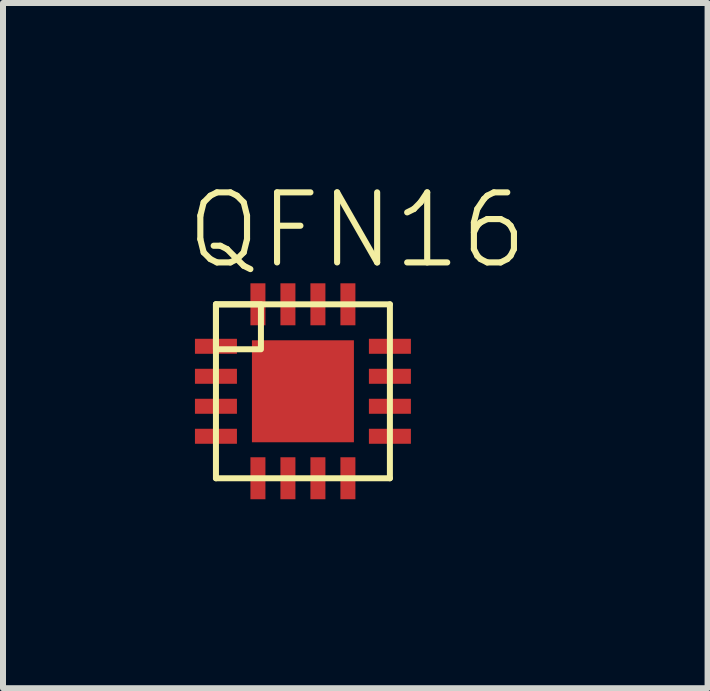
<source format=kicad_pcb>
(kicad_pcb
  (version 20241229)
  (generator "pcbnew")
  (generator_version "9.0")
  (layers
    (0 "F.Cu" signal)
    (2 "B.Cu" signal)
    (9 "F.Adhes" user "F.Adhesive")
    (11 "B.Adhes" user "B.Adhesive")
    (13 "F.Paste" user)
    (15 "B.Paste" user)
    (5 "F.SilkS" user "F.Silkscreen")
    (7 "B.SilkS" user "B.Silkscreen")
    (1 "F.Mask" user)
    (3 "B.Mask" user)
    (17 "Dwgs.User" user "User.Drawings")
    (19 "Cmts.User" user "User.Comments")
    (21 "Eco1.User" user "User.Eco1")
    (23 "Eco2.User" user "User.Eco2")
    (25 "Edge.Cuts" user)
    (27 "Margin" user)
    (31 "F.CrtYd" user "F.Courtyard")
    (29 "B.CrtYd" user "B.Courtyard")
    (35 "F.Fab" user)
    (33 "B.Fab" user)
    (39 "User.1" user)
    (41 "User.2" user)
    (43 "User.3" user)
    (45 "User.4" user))
  (footprint "QFN16"
    (layer "F.Cu")
    (at 2 3.473)
    (property "Reference" "QFN16" (at -2 -2 0) (layer "F.SilkS") (effects (font (size 1.168 1.168) (thickness 0.102)) (justify left bottom)))
    (fp_circle (center -1.2 -0.75) (end -1.1 -0.75) (stroke (width 0.2) (type solid)) (fill no) (layer "F.Mask"))
    (fp_circle (center -1.2 -0.25) (end -1.1 -0.25) (stroke (width 0.2) (type solid)) (fill no) (layer "F.Mask"))
    (fp_circle (center -1.2 0.25) (end -1.1 0.25) (stroke (width 0.2) (type solid)) (fill no) (layer "F.Mask"))
    (fp_circle (center -1.2 0.75) (end -1.1 0.75) (stroke (width 0.2) (type solid)) (fill no) (layer "F.Mask"))
    (fp_circle (center -0.75 -1.2) (end -0.65 -1.2) (stroke (width 0.2) (type solid)) (fill no) (layer "F.Mask"))
    (fp_circle (center -0.75 1.2) (end -0.65 1.2) (stroke (width 0.2) (type solid)) (fill no) (layer "F.Mask"))
    (fp_circle (center -0.25 -1.2) (end -0.15 -1.2) (stroke (width 0.2) (type solid)) (fill no) (layer "F.Mask"))
    (fp_circle (center -0.25 1.2) (end -0.15 1.2) (stroke (width 0.2) (type solid)) (fill no) (layer "F.Mask"))
    (fp_circle (center 0.25 -1.2) (end 0.35 -1.2) (stroke (width 0.2) (type solid)) (fill no) (layer "F.Mask"))
    (fp_circle (center 0.25 1.2) (end 0.35 1.2) (stroke (width 0.2) (type solid)) (fill no) (layer "F.Mask"))
    (fp_circle (center 0.75 -1.2) (end 0.85 -1.2) (stroke (width 0.2) (type solid)) (fill no) (layer "F.Mask"))
    (fp_circle (center 0.75 1.2) (end 0.85 1.2) (stroke (width 0.2) (type solid)) (fill no) (layer "F.Mask"))
    (fp_circle (center 1.2 -0.75) (end 1.3 -0.75) (stroke (width 0.2) (type solid)) (fill no) (layer "F.Mask"))
    (fp_circle (center 1.2 -0.25) (end 1.3 -0.25) (stroke (width 0.2) (type solid)) (fill no) (layer "F.Mask"))
    (fp_circle (center 1.2 0.25) (end 1.3 0.25) (stroke (width 0.2) (type solid)) (fill no) (layer "F.Mask"))
    (fp_circle (center 1.2 0.75) (end 1.3 0.75) (stroke (width 0.2) (type solid)) (fill no) (layer "F.Mask"))
    (fp_poly (pts (xy -1.9 -0.55) (xy -1.2 -0.55) (xy -1.2 -0.95) (xy -1.9 -0.95)) (stroke (width 0.1) (type solid)) (fill no) (layer "F.Mask"))
    (fp_poly (pts (xy -1.9 -0.05) (xy -1.2 -0.05) (xy -1.2 -0.45) (xy -1.9 -0.45)) (stroke (width 0.1) (type solid)) (fill no) (layer "F.Mask"))
    (fp_poly (pts (xy -1.9 0.45) (xy -1.2 0.45) (xy -1.2 0.05) (xy -1.9 0.05)) (stroke (width 0.1) (type solid)) (fill no) (layer "F.Mask"))
    (fp_poly (pts (xy -1.9 0.95) (xy -1.2 0.95) (xy -1.2 0.55) (xy -1.9 0.55)) (stroke (width 0.1) (type solid)) (fill no) (layer "F.Mask"))
    (fp_poly (pts (xy -0.95 -1.9) (xy -0.95 -1.2) (xy -0.55 -1.2) (xy -0.55 -1.9)) (stroke (width 0.1) (type solid)) (fill no) (layer "F.Mask"))
    (fp_poly (pts (xy -0.875 0.875) (xy 0.875 0.875) (xy 0.875 -0.875) (xy -0.875 -0.875)) (stroke (width 0.1) (type solid)) (fill no) (layer "F.Mask"))
    (fp_poly (pts (xy -0.55 1.9) (xy -0.55 1.2) (xy -0.95 1.2) (xy -0.95 1.9)) (stroke (width 0.1) (type solid)) (fill no) (layer "F.Mask"))
    (fp_poly (pts (xy -0.45 -1.9) (xy -0.45 -1.2) (xy -0.05 -1.2) (xy -0.05 -1.9)) (stroke (width 0.1) (type solid)) (fill no) (layer "F.Mask"))
    (fp_poly (pts (xy -0.05 1.9) (xy -0.05 1.2) (xy -0.45 1.2) (xy -0.45 1.9)) (stroke (width 0.1) (type solid)) (fill no) (layer "F.Mask"))
    (fp_poly (pts (xy 0.05 -1.9) (xy 0.05 -1.2) (xy 0.45 -1.2) (xy 0.45 -1.9)) (stroke (width 0.1) (type solid)) (fill no) (layer "F.Mask"))
    (fp_poly (pts (xy 0.45 1.9) (xy 0.45 1.2) (xy 0.05 1.2) (xy 0.05 1.9)) (stroke (width 0.1) (type solid)) (fill no) (layer "F.Mask"))
    (fp_poly (pts (xy 0.55 -1.9) (xy 0.55 -1.2) (xy 0.95 -1.2) (xy 0.95 -1.9)) (stroke (width 0.1) (type solid)) (fill no) (layer "F.Mask"))
    (fp_poly (pts (xy 0.95 1.9) (xy 0.95 1.2) (xy 0.55 1.2) (xy 0.55 1.9)) (stroke (width 0.1) (type solid)) (fill no) (layer "F.Mask"))
    (fp_poly (pts (xy 1.9 -0.95) (xy 1.2 -0.95) (xy 1.2 -0.55) (xy 1.9 -0.55)) (stroke (width 0.1) (type solid)) (fill no) (layer "F.Mask"))
    (fp_poly (pts (xy 1.9 -0.45) (xy 1.2 -0.45) (xy 1.2 -0.05) (xy 1.9 -0.05)) (stroke (width 0.1) (type solid)) (fill no) (layer "F.Mask"))
    (fp_poly (pts (xy 1.9 0.05) (xy 1.2 0.05) (xy 1.2 0.45) (xy 1.9 0.45)) (stroke (width 0.1) (type solid)) (fill no) (layer "F.Mask"))
    (fp_poly (pts (xy 1.9 0.55) (xy 1.2 0.55) (xy 1.2 0.95) (xy 1.9 0.95)) (stroke (width 0.1) (type solid)) (fill no) (layer "F.Mask"))
    (fp_line (start -1.45 -1.45) (end -1.45 1.45) (stroke (width 0.1) (type solid)) (layer "F.SilkS"))
    (fp_line (start -1.45 -1.45) (end 1.45 -1.45) (stroke (width 0.1) (type solid)) (layer "F.SilkS"))
    (fp_line (start 1.45 -1.45) (end 1.45 1.45) (stroke (width 0.1) (type solid)) (layer "F.SilkS"))
    (fp_line (start 1.45 1.45) (end -1.45 1.45) (stroke (width 0.1) (type solid)) (layer "F.SilkS"))
    (fp_poly (pts (xy -1.45 -0.7) (xy -0.7 -0.7) (xy -0.7 -1.45) (xy -1.45 -1.45)) (stroke (width 0.1) (type solid)) (fill no) (layer "F.SilkS"))
    (fp_circle (center -1.2 -0.75) (end -1.137 -0.75) (stroke (width 0.125) (type solid)) (fill no) (layer "F.Paste"))
    (fp_circle (center -1.2 -0.25) (end -1.137 -0.25) (stroke (width 0.125) (type solid)) (fill no) (layer "F.Paste"))
    (fp_circle (center -1.2 0.25) (end -1.137 0.25) (stroke (width 0.125) (type solid)) (fill no) (layer "F.Paste"))
    (fp_circle (center -1.2 0.75) (end -1.137 0.75) (stroke (width 0.125) (type solid)) (fill no) (layer "F.Paste"))
    (fp_circle (center -0.75 -1.2) (end -0.688 -1.2) (stroke (width 0.125) (type solid)) (fill no) (layer "F.Paste"))
    (fp_circle (center -0.75 1.2) (end -0.688 1.2) (stroke (width 0.125) (type solid)) (fill no) (layer "F.Paste"))
    (fp_circle (center -0.25 -1.2) (end -0.188 -1.2) (stroke (width 0.125) (type solid)) (fill no) (layer "F.Paste"))
    (fp_circle (center -0.25 1.2) (end -0.188 1.2) (stroke (width 0.125) (type solid)) (fill no) (layer "F.Paste"))
    (fp_circle (center 0.25 -1.2) (end 0.312 -1.2) (stroke (width 0.125) (type solid)) (fill no) (layer "F.Paste"))
    (fp_circle (center 0.25 1.2) (end 0.312 1.2) (stroke (width 0.125) (type solid)) (fill no) (layer "F.Paste"))
    (fp_circle (center 0.75 -1.2) (end 0.812 -1.2) (stroke (width 0.125) (type solid)) (fill no) (layer "F.Paste"))
    (fp_circle (center 0.75 1.2) (end 0.812 1.2) (stroke (width 0.125) (type solid)) (fill no) (layer "F.Paste"))
    (fp_circle (center 1.2 -0.75) (end 1.262 -0.75) (stroke (width 0.125) (type solid)) (fill no) (layer "F.Paste"))
    (fp_circle (center 1.2 -0.25) (end 1.262 -0.25) (stroke (width 0.125) (type solid)) (fill no) (layer "F.Paste"))
    (fp_circle (center 1.2 0.25) (end 1.262 0.25) (stroke (width 0.125) (type solid)) (fill no) (layer "F.Paste"))
    (fp_circle (center 1.2 0.75) (end 1.262 0.75) (stroke (width 0.125) (type solid)) (fill no) (layer "F.Paste"))
    (fp_poly (pts (xy -1.85 -0.625) (xy -1.2 -0.625) (xy -1.2 -0.875) (xy -1.85 -0.875)) (stroke (width 0.1) (type solid)) (fill no) (layer "F.Paste"))
    (fp_poly (pts (xy -1.85 -0.125) (xy -1.2 -0.125) (xy -1.2 -0.375) (xy -1.85 -0.375)) (stroke (width 0.1) (type solid)) (fill no) (layer "F.Paste"))
    (fp_poly (pts (xy -1.85 0.375) (xy -1.2 0.375) (xy -1.2 0.125) (xy -1.85 0.125)) (stroke (width 0.1) (type solid)) (fill no) (layer "F.Paste"))
    (fp_poly (pts (xy -1.85 0.875) (xy -1.2 0.875) (xy -1.2 0.625) (xy -1.85 0.625)) (stroke (width 0.1) (type solid)) (fill no) (layer "F.Paste"))
    (fp_poly (pts (xy -0.875 -1.85) (xy -0.875 -1.2) (xy -0.625 -1.2) (xy -0.625 -1.85)) (stroke (width 0.1) (type solid)) (fill no) (layer "F.Paste"))
    (fp_poly (pts (xy -0.625 1.85) (xy -0.625 1.2) (xy -0.875 1.2) (xy -0.875 1.85)) (stroke (width 0.1) (type solid)) (fill no) (layer "F.Paste"))
    (fp_poly (pts (xy -0.375 -1.85) (xy -0.375 -1.2) (xy -0.125 -1.2) (xy -0.125 -1.85)) (stroke (width 0.1) (type solid)) (fill no) (layer "F.Paste"))
    (fp_poly (pts (xy -0.125 1.85) (xy -0.125 1.2) (xy -0.375 1.2) (xy -0.375 1.85)) (stroke (width 0.1) (type solid)) (fill no) (layer "F.Paste"))
    (fp_poly (pts (xy -0.1 -0.1) (xy -0.1 -0.8) (xy -0.8 -0.8) (xy -0.8 -0.1)) (stroke (width 0.1) (type solid)) (fill no) (layer "F.Paste"))
    (fp_poly (pts (xy -0.1 0.1) (xy -0.8 0.1) (xy -0.8 0.8) (xy -0.1 0.8)) (stroke (width 0.1) (type solid)) (fill no) (layer "F.Paste"))
    (fp_poly (pts (xy 0.1 -0.1) (xy 0.8 -0.1) (xy 0.8 -0.8) (xy 0.1 -0.8)) (stroke (width 0.1) (type solid)) (fill no) (layer "F.Paste"))
    (fp_poly (pts (xy 0.1 0.1) (xy 0.1 0.8) (xy 0.8 0.8) (xy 0.8 0.1)) (stroke (width 0.1) (type solid)) (fill no) (layer "F.Paste"))
    (fp_poly (pts (xy 0.125 -1.85) (xy 0.125 -1.2) (xy 0.375 -1.2) (xy 0.375 -1.85)) (stroke (width 0.1) (type solid)) (fill no) (layer "F.Paste"))
    (fp_poly (pts (xy 0.375 1.85) (xy 0.375 1.2) (xy 0.125 1.2) (xy 0.125 1.85)) (stroke (width 0.1) (type solid)) (fill no) (layer "F.Paste"))
    (fp_poly (pts (xy 0.625 -1.85) (xy 0.625 -1.2) (xy 0.875 -1.2) (xy 0.875 -1.85)) (stroke (width 0.1) (type solid)) (fill no) (layer "F.Paste"))
    (fp_poly (pts (xy 0.875 1.85) (xy 0.875 1.2) (xy 0.625 1.2) (xy 0.625 1.85)) (stroke (width 0.1) (type solid)) (fill no) (layer "F.Paste"))
    (fp_poly (pts (xy 1.85 -0.875) (xy 1.2 -0.875) (xy 1.2 -0.625) (xy 1.85 -0.625)) (stroke (width 0.1) (type solid)) (fill no) (layer "F.Paste"))
    (fp_poly (pts (xy 1.85 -0.375) (xy 1.2 -0.375) (xy 1.2 -0.125) (xy 1.85 -0.125)) (stroke (width 0.1) (type solid)) (fill no) (layer "F.Paste"))
    (fp_poly (pts (xy 1.85 0.125) (xy 1.2 0.125) (xy 1.2 0.375) (xy 1.85 0.375)) (stroke (width 0.1) (type solid)) (fill no) (layer "F.Paste"))
    (fp_poly (pts (xy 1.85 0.625) (xy 1.2 0.625) (xy 1.2 0.875) (xy 1.85 0.875)) (stroke (width 0.1) (type solid)) (fill no) (layer "F.Paste"))
    (pad "1" smd rect (at -1.45 -0.75) (size 0.7 0.25) (layers "F.Cu"))
    (pad "2" smd rect (at -1.45 -0.25) (size 0.7 0.25) (layers "F.Cu"))
    (pad "3" smd rect (at -1.45 0.25) (size 0.7 0.25) (layers "F.Cu"))
    (pad "4" smd rect (at -1.45 0.75) (size 0.7 0.25) (layers "F.Cu"))
    (pad "5" smd rect (at -0.75 1.45 90) (size 0.7 0.25) (layers "F.Cu"))
    (pad "6" smd rect (at -0.25 1.45 90) (size 0.7 0.25) (layers "F.Cu"))
    (pad "7" smd rect (at 0.25 1.45 90) (size 0.7 0.25) (layers "F.Cu"))
    (pad "8" smd rect (at 0.75 1.45 90) (size 0.7 0.25) (layers "F.Cu"))
    (pad "9" smd rect (at 1.45 0.75 180) (size 0.7 0.25) (layers "F.Cu"))
    (pad "10" smd rect (at 1.45 0.25 180) (size 0.7 0.25) (layers "F.Cu"))
    (pad "11" smd rect (at 1.45 -0.25 180) (size 0.7 0.25) (layers "F.Cu"))
    (pad "12" smd rect (at 1.45 -0.75 180) (size 0.7 0.25) (layers "F.Cu"))
    (pad "13" smd rect (at 0.75 -1.45 270) (size 0.7 0.25) (layers "F.Cu"))
    (pad "14" smd rect (at 0.25 -1.45 270) (size 0.7 0.25) (layers "F.Cu"))
    (pad "15" smd rect (at -0.25 -1.45 270) (size 0.7 0.25) (layers "F.Cu"))
    (pad "16" smd rect (at -0.75 -1.45 270) (size 0.7 0.25) (layers "F.Cu"))
    (pad "17" smd rect (at 0 0) (size 1.7 1.7) (layers "F.Cu" "F.Mask" "F.Paste")))
  (gr_rect
    (start -3 -3)
    (end 8.746 8.423)
    (stroke (width 0.1) (type default))
    (fill no)
    (layer "Edge.Cuts")))
</source>
